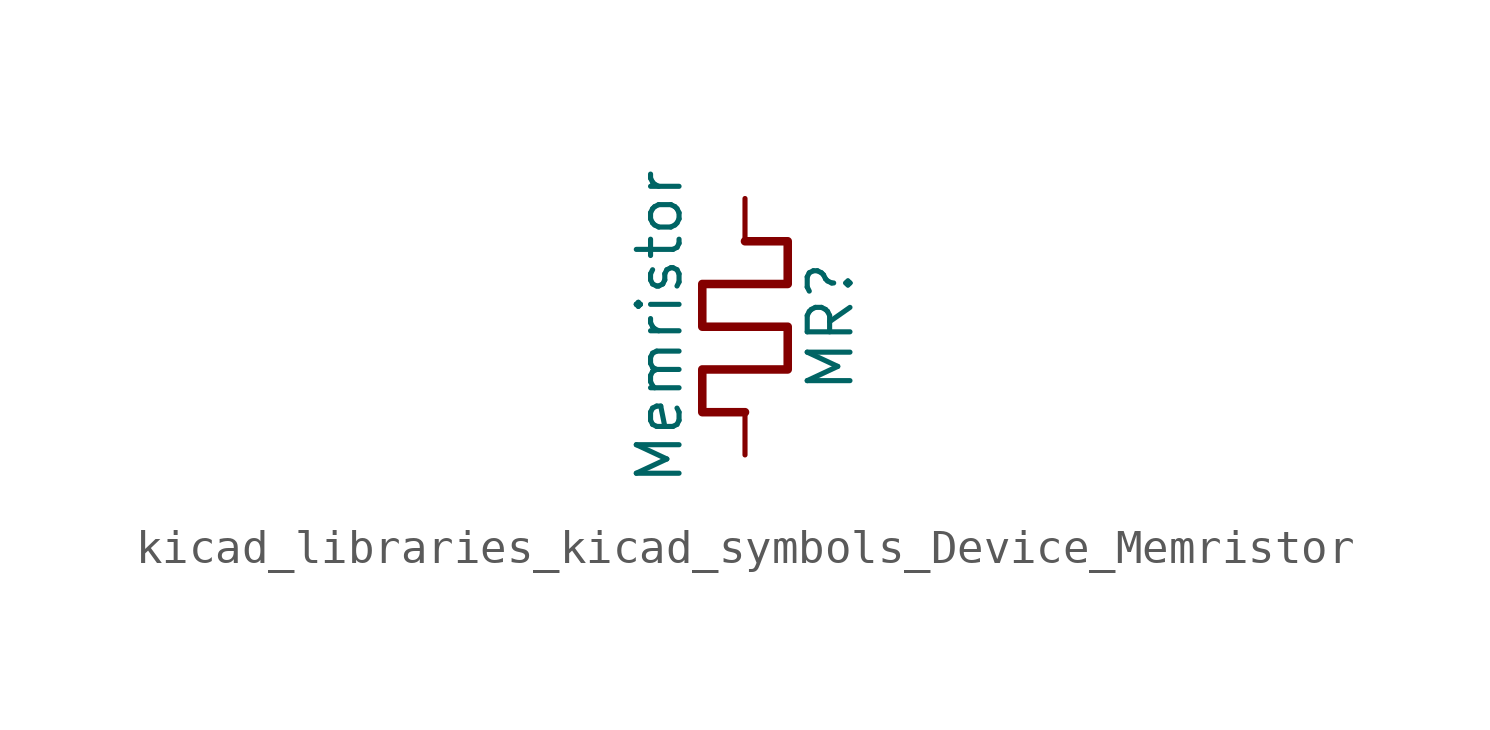
<source format=kicad_sym>
(kicad_symbol_lib
  (version 20220914)
  (generator kicad_symbol_editor)
  (symbol "kicad_libraries_kicad_symbols_Device_Memristor"
    (pin_numbers hide)
    (pin_names
      (offset 0))
    (property "Reference" "MR"
      (at 2.54 0 90)
      (effects (font (size 1.27 1.27))))
    (property "Value" "Memristor"
      (at -2.54 0 90)
      (effects (font (size 1.27 1.27))))
    (symbol "kicad_libraries_kicad_symbols_Device_Memristor_0_0"
      (polyline (pts (xy 0 2.54) (xy 1.27 2.54) (xy 1.27 1.27) (xy -1.27 1.27) (xy -1.27 0) (xy 1.27 0) (xy 1.27 -1.27) (xy -1.27 -1.27) (xy -1.27 -2.54) (xy 0 -2.54)) (stroke (width 0.254) (type default)) (fill (type none))))
    (symbol "kicad_libraries_kicad_symbols_Device_Memristor_1_1"
      (pin passive line (at 0 3.81 270) (length 1.27) (name "~" (effects (font (size 1.27 1.27)))) (number "1" (effects (font (size 1.27 1.27)))))
      (pin passive line (at 0 -3.81 90) (length 1.27) (name "~" (effects (font (size 1.27 1.27)))) (number "2" (effects (font (size 1.27 1.27))))))))
</source>
